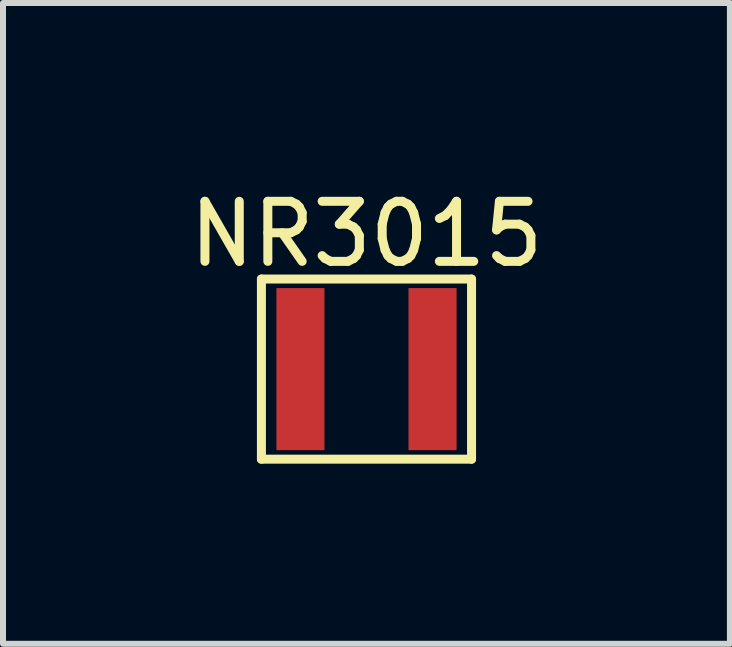
<source format=kicad_pcb>
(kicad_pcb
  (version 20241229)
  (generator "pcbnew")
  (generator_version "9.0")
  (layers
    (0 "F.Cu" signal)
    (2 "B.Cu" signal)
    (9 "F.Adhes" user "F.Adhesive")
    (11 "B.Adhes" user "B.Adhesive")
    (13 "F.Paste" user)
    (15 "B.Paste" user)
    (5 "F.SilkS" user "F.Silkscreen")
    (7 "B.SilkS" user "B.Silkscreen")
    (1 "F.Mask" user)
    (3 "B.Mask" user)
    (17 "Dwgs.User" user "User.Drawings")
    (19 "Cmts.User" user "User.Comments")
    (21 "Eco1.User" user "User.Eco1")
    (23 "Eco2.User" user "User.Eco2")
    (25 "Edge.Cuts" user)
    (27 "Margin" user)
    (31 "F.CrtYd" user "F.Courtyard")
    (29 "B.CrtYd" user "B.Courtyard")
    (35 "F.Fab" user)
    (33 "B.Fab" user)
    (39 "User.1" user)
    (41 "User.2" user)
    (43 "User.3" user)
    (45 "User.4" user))
  (footprint "NR3015"
    (layer "F.Cu")
    (at 3.054 3.098)
    (property "Reference" "NR3015" (at 0 -2.25 0) (layer "F.SilkS") (effects (font (size 1 1) (thickness 0.15))))
    (attr through_hole)
    (fp_line (start -1.75 -1.5) (end 1.75 -1.5) (stroke (width 0.15) (type solid)) (layer "F.SilkS"))
    (fp_line (start -1.75 1.5) (end -1.75 -1.5) (stroke (width 0.15) (type solid)) (layer "F.SilkS"))
    (fp_line (start 1.75 -1.5) (end 1.75 1.5) (stroke (width 0.15) (type solid)) (layer "F.SilkS"))
    (fp_line (start 1.75 1.5) (end -1.75 1.5) (stroke (width 0.15) (type solid)) (layer "F.SilkS"))
    (pad "1" smd rect (at -1.1 0) (size 0.8 2.7) (layers "F.Cu" "F.Mask" "F.Paste"))
    (pad "1" smd rect (at 1.1 0) (size 0.8 2.7) (layers "F.Cu" "F.Mask" "F.Paste")))
  (gr_rect
    (start -3 -3)
    (end 9.107 7.673)
    (stroke (width 0.1) (type default))
    (fill no)
    (layer "Edge.Cuts")))
</source>
